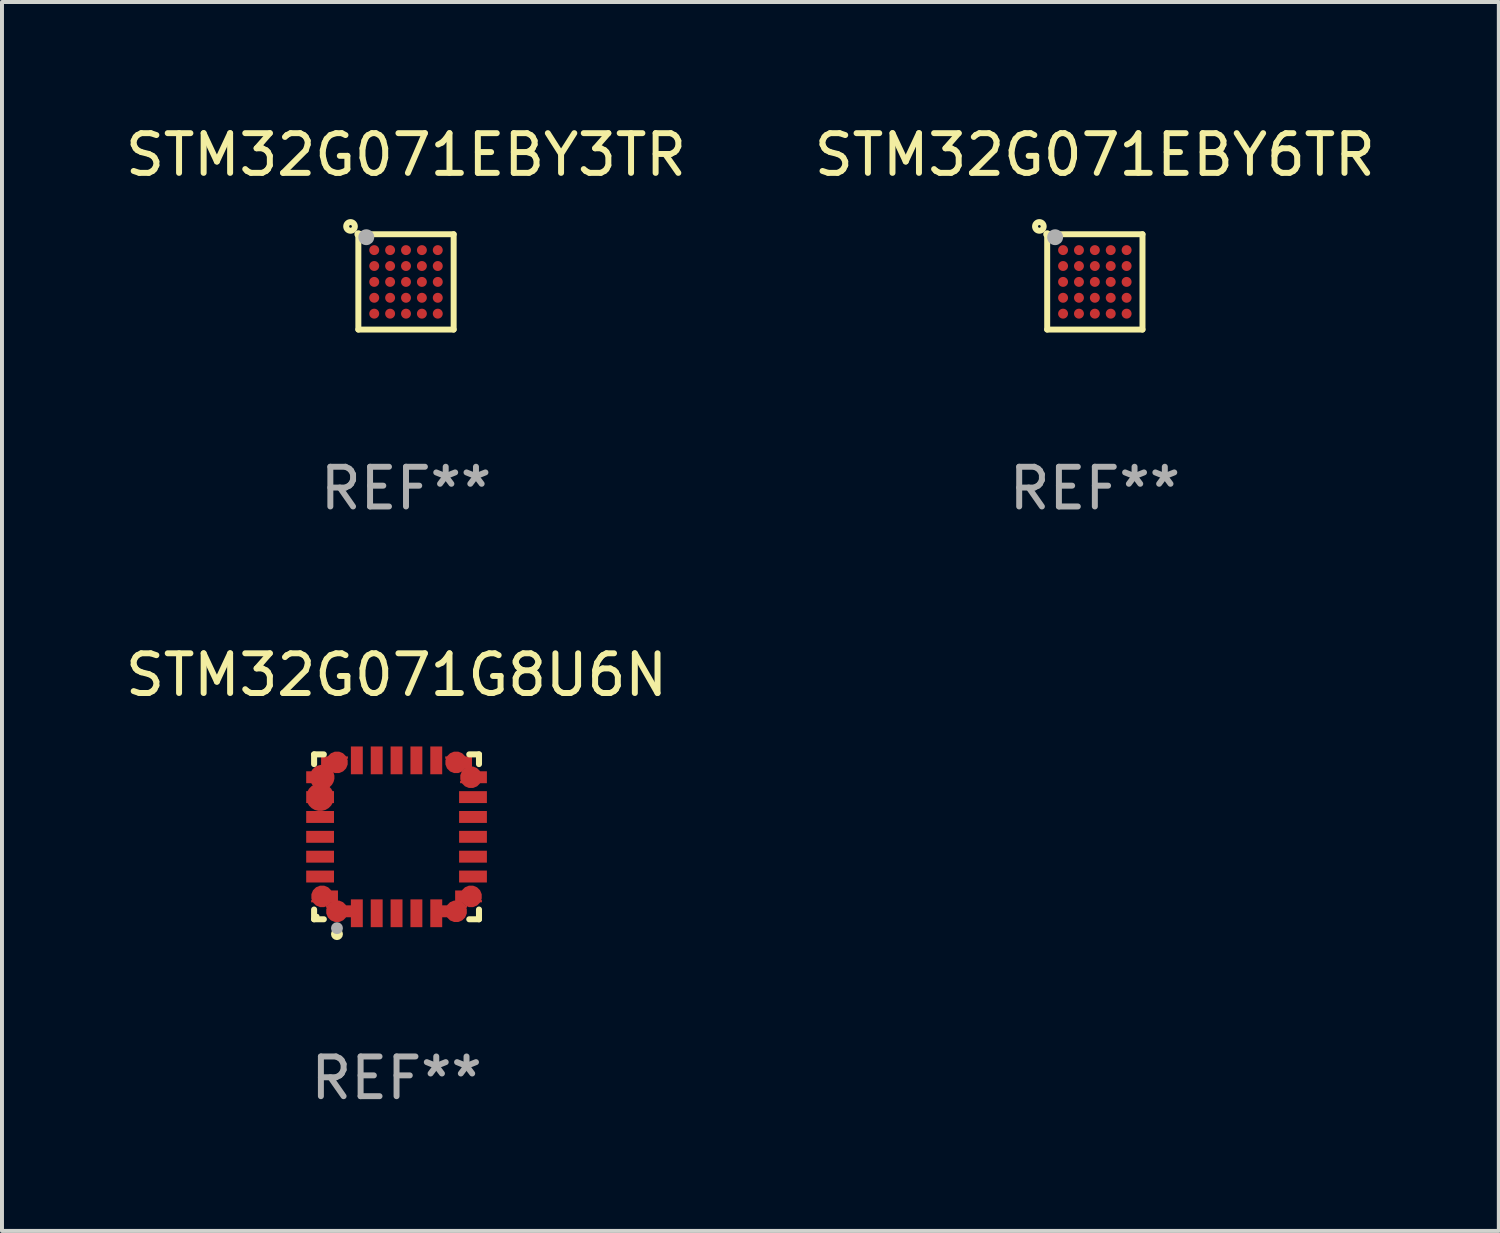
<source format=kicad_pcb>
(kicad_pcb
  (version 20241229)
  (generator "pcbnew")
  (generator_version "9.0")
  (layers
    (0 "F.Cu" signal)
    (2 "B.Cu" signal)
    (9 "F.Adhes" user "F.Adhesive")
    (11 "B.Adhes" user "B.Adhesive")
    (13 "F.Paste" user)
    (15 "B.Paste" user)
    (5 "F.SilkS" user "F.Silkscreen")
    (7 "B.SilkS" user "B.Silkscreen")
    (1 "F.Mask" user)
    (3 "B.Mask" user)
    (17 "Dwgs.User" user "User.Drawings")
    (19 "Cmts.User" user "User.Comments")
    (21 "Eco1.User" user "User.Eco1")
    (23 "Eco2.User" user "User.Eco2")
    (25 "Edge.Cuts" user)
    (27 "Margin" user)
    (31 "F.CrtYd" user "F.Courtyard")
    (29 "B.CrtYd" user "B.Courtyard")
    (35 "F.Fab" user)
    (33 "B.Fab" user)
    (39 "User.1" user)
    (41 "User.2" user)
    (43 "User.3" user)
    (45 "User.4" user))
  (footprint "STM32G071EBY3TR"
    (layer "F.Cu")
    (at 7.173 4.048)
    (property "Reference" "STM32G071EBY3TR" (at 0 -3.2 0) (layer "F.SilkS") (effects (font (size 1 1) (thickness 0.15))))
    (attr through_hole)
    (fp_line (start -1.2 -1.2) (end -1.2 1.2) (stroke (width 0.15) (type solid)) (layer "F.SilkS"))
    (fp_line (start -1.2 1.2) (end 1.2 1.2) (stroke (width 0.15) (type solid)) (layer "F.SilkS"))
    (fp_line (start 1.2 -1.2) (end -1.2 -1.2) (stroke (width 0.15) (type solid)) (layer "F.SilkS"))
    (fp_line (start 1.2 1.2) (end 1.2 -1.2) (stroke (width 0.15) (type solid)) (layer "F.SilkS"))
    (fp_circle (center -1.397 -1.397) (end -1.363 -1.397) (stroke (width 0.15) (type solid)) (fill no) (layer "F.SilkS"))
    (fp_circle (center -1.2 -1.2) (end -1.15 -1.2) (stroke (width 0.1) (type solid)) (fill no) (layer "F.SilkS"))
    (fp_circle (center -1 -1.125) (end -0.9 -1.125) (stroke (width 0.2) (type solid)) (fill no) (layer "F.Fab"))
    (fp_text user "REF**" (at 0 5.2 0) (layer "F.Fab") (effects (font (size 1 1) (thickness 0.15))))
    (pad "A1" smd circle (at -0.8 -0.8) (size 0.25 0.25) (layers "F.Cu" "F.Mask" "F.Paste"))
    (pad "A2" smd circle (at -0.4 -0.8) (size 0.25 0.25) (layers "F.Cu" "F.Mask" "F.Paste"))
    (pad "A3" smd circle (at 0.000102 -0.8) (size 0.25 0.25) (layers "F.Cu" "F.Mask" "F.Paste"))
    (pad "A4" smd circle (at 0.4 -0.8) (size 0.25 0.25) (layers "F.Cu" "F.Mask" "F.Paste"))
    (pad "A5" smd circle (at 0.8 -0.8) (size 0.25 0.25) (layers "F.Cu" "F.Mask" "F.Paste"))
    (pad "B1" smd circle (at -0.8 -0.4) (size 0.25 0.25) (layers "F.Cu" "F.Mask" "F.Paste"))
    (pad "B2" smd circle (at -0.4 -0.4) (size 0.25 0.25) (layers "F.Cu" "F.Mask" "F.Paste"))
    (pad "B3" smd circle (at 0.000102 -0.4) (size 0.25 0.25) (layers "F.Cu" "F.Mask" "F.Paste"))
    (pad "B4" smd circle (at 0.4 -0.4) (size 0.25 0.25) (layers "F.Cu" "F.Mask" "F.Paste"))
    (pad "B5" smd circle (at 0.8 -0.4) (size 0.25 0.25) (layers "F.Cu" "F.Mask" "F.Paste"))
    (pad "C1" smd circle (at -0.8 0.000102) (size 0.25 0.25) (layers "F.Cu" "F.Mask" "F.Paste"))
    (pad "C2" smd circle (at -0.4 0.000102) (size 0.25 0.25) (layers "F.Cu" "F.Mask" "F.Paste"))
    (pad "C3" smd circle (at 0.000102 0.000102) (size 0.25 0.25) (layers "F.Cu" "F.Mask" "F.Paste"))
    (pad "C4" smd circle (at 0.4 0.000102) (size 0.25 0.25) (layers "F.Cu" "F.Mask" "F.Paste"))
    (pad "C5" smd circle (at 0.8 0.000102) (size 0.25 0.25) (layers "F.Cu" "F.Mask" "F.Paste"))
    (pad "D1" smd circle (at -0.8 0.4) (size 0.25 0.25) (layers "F.Cu" "F.Mask" "F.Paste"))
    (pad "D2" smd circle (at -0.4 0.4) (size 0.25 0.25) (layers "F.Cu" "F.Mask" "F.Paste"))
    (pad "D3" smd circle (at 0.000102 0.4) (size 0.25 0.25) (layers "F.Cu" "F.Mask" "F.Paste"))
    (pad "D4" smd circle (at 0.4 0.4) (size 0.25 0.25) (layers "F.Cu" "F.Mask" "F.Paste"))
    (pad "D5" smd circle (at 0.8 0.4) (size 0.25 0.25) (layers "F.Cu" "F.Mask" "F.Paste"))
    (pad "E1" smd circle (at -0.8 0.8) (size 0.25 0.25) (layers "F.Cu" "F.Mask" "F.Paste"))
    (pad "E2" smd circle (at -0.4 0.8) (size 0.25 0.25) (layers "F.Cu" "F.Mask" "F.Paste"))
    (pad "E3" smd circle (at 0.000102 0.8) (size 0.25 0.25) (layers "F.Cu" "F.Mask" "F.Paste"))
    (pad "E4" smd circle (at 0.4 0.8) (size 0.25 0.25) (layers "F.Cu" "F.Mask" "F.Paste"))
    (pad "E5" smd circle (at 0.8 0.8) (size 0.25 0.25) (layers "F.Cu" "F.Mask" "F.Paste")))
  (footprint "STM32G071G8U6N"
    (layer "F.Cu")
    (at 6.935 18.021)
    (property "Reference" "STM32G071G8U6N" (at 0 -4.076 0) (layer "F.SilkS") (effects (font (size 1 1) (thickness 0.15))))
    (attr through_hole)
    (fp_line (start -2.076 -2.076) (end -1.831 -2.076) (stroke (width 0.152) (type solid)) (layer "F.SilkS"))
    (fp_line (start -2.076 -1.831) (end -2.076 -2.076) (stroke (width 0.152) (type solid)) (layer "F.SilkS"))
    (fp_line (start -2.076 1.831) (end -2.076 2.076) (stroke (width 0.152) (type solid)) (layer "F.SilkS"))
    (fp_line (start -2.076 2.076) (end -1.831 2.076) (stroke (width 0.152) (type solid)) (layer "F.SilkS"))
    (fp_line (start 2.076 -2.076) (end 1.831 -2.076) (stroke (width 0.152) (type solid)) (layer "F.SilkS"))
    (fp_line (start 2.076 -1.831) (end 2.076 -2.076) (stroke (width 0.152) (type solid)) (layer "F.SilkS"))
    (fp_line (start 2.076 1.831) (end 2.076 2.076) (stroke (width 0.152) (type solid)) (layer "F.SilkS"))
    (fp_line (start 2.076 2.076) (end 1.831 2.076) (stroke (width 0.152) (type solid)) (layer "F.SilkS"))
    (fp_circle (center -2 2) (end -1.97 2) (stroke (width 0.06) (type solid)) (fill no) (layer "F.SilkS"))
    (fp_circle (center -1.5 2.45) (end -1.425 2.45) (stroke (width 0.15) (type solid)) (fill no) (layer "F.SilkS"))
    (fp_circle (center -1.5 2.3) (end -1.425 2.3) (stroke (width 0.15) (type solid)) (fill no) (layer "F.Fab"))
    (fp_text user "REF**" (at 0 6.076 0) (layer "F.Fab") (effects (font (size 1 1) (thickness 0.15))))
    (pad "1" smd custom (at -1.5 1.875 90) (size 0.55 0.3) (layers "F.Cu" "F.Mask" "F.Paste") (options (anchor circle)) (primitives (gr_poly (pts (xy -0.15 -0.025) (xy -0.15 0.4) (xy 0.15 0.4) (xy 0.15 -0.275) (xy 0.1 -0.275)) (width 0) (fill yes))))
    (pad "2" smd rect (at -1 1.925) (size 0.3 0.7) (layers "F.Cu" "F.Mask" "F.Paste"))
    (pad "3" smd rect (at -0.5 1.925) (size 0.3 0.7) (layers "F.Cu" "F.Mask" "F.Paste"))
    (pad "4" smd rect (at 0 1.925) (size 0.3 0.7) (layers "F.Cu" "F.Mask" "F.Paste"))
    (pad "5" smd rect (at 0.5 1.925) (size 0.3 0.7) (layers "F.Cu" "F.Mask" "F.Paste"))
    (pad "6" smd rect (at 1 1.925) (size 0.3 0.7) (layers "F.Cu" "F.Mask" "F.Paste"))
    (pad "7" smd custom (at 1.5 1.875 270) (size 0.55 0.3) (layers "F.Cu" "F.Mask" "F.Paste") (options (anchor circle)) (primitives (gr_poly (pts (xy 0.15 -0.025) (xy 0.15 0.4) (xy -0.15 0.4) (xy -0.15 -0.275) (xy -0.1 -0.275)) (width 0) (fill yes))))
    (pad "8" smd custom (at 1.875 1.5 180) (size 0.55 0.3) (layers "F.Cu" "F.Mask" "F.Paste") (options (anchor circle)) (primitives (gr_poly (pts (xy -0.025 0.15) (xy 0.4 0.15) (xy 0.4 -0.15) (xy -0.275 -0.15) (xy -0.275 -0.1)) (width 0) (fill yes))))
    (pad "9" smd rect (at 1.925 1) (size 0.7 0.3) (layers "F.Cu" "F.Mask" "F.Paste"))
    (pad "10" smd rect (at 1.925 0.5) (size 0.7 0.3) (layers "F.Cu" "F.Mask" "F.Paste"))
    (pad "11" smd rect (at 1.925 0) (size 0.7 0.3) (layers "F.Cu" "F.Mask" "F.Paste"))
    (pad "12" smd rect (at 1.925 -0.5) (size 0.7 0.3) (layers "F.Cu" "F.Mask" "F.Paste"))
    (pad "13" smd rect (at 1.925 -1) (size 0.7 0.3) (layers "F.Cu" "F.Mask" "F.Paste"))
    (pad "14" smd custom (at 1.875 -1.5) (size 0.55 0.3) (layers "F.Cu" "F.Mask" "F.Paste") (options (anchor circle)) (primitives (gr_poly (pts (xy -0.025 -0.15) (xy 0.4 -0.15) (xy 0.4 0.15) (xy -0.275 0.15) (xy -0.275 0.1)) (width 0) (fill yes))))
    (pad "15" smd custom (at 1.5 -1.875 270) (size 0.55 0.3) (layers "F.Cu" "F.Mask" "F.Paste") (options (anchor circle)) (primitives (gr_poly (pts (xy 0.15 0.025) (xy 0.15 -0.4) (xy -0.15 -0.4) (xy -0.15 0.275) (xy -0.1 0.275)) (width 0) (fill yes))))
    (pad "16" smd rect (at 1 -1.925) (size 0.3 0.7) (layers "F.Cu" "F.Mask" "F.Paste"))
    (pad "17" smd rect (at 0.5 -1.925) (size 0.3 0.7) (layers "F.Cu" "F.Mask" "F.Paste"))
    (pad "18" smd rect (at 0 -1.925) (size 0.3 0.7) (layers "F.Cu" "F.Mask" "F.Paste"))
    (pad "19" smd rect (at -0.5 -1.925) (size 0.3 0.7) (layers "F.Cu" "F.Mask" "F.Paste"))
    (pad "20" smd rect (at -1 -1.925) (size 0.3 0.7) (layers "F.Cu" "F.Mask" "F.Paste"))
    (pad "21" smd custom (at -1.5 -1.875 90) (size 0.55 0.3) (layers "F.Cu" "F.Mask" "F.Paste") (options (anchor circle)) (primitives (gr_poly (pts (xy -0.15 0.025) (xy -0.15 -0.4) (xy 0.15 -0.4) (xy 0.15 0.275) (xy 0.1 0.275)) (width 0) (fill yes))))
    (pad "22" smd custom (at -1.875 -1.5) (size 0.625 0.3) (layers "F.Cu" "F.Mask" "F.Paste") (options (anchor circle)) (primitives (gr_poly (pts (xy 0.025 -0.15) (xy -0.4 -0.15) (xy -0.4 0.15) (xy 0.275 0.15) (xy 0.275 0.1)) (width 0) (fill yes))))
    (pad "23" smd custom (at -1.925 -1) (size 0.7 0.3) (layers "F.Cu" "F.Mask" "F.Paste") (options (anchor circle)) (primitives (gr_poly (pts (xy -0.35 -0.15) (xy 0.35 -0.15) (xy 0.35 0.15) (xy -0.35 0.15)) (width 0) (fill yes))))
    (pad "24" smd rect (at -1.925 -0.5) (size 0.7 0.3) (layers "F.Cu" "F.Mask" "F.Paste"))
    (pad "25" smd rect (at -1.925 0) (size 0.7 0.3) (layers "F.Cu" "F.Mask" "F.Paste"))
    (pad "26" smd rect (at -1.925 0.5) (size 0.7 0.3) (layers "F.Cu" "F.Mask" "F.Paste"))
    (pad "27" smd rect (at -1.925 1) (size 0.7 0.3) (layers "F.Cu" "F.Mask" "F.Paste"))
    (pad "28" smd custom (at -1.875 1.5 180) (size 0.55 0.3) (layers "F.Cu" "F.Mask" "F.Paste") (options (anchor circle)) (primitives (gr_poly (pts (xy 0.025 0.15) (xy -0.4 0.15) (xy -0.4 -0.15) (xy 0.275 -0.15) (xy 0.275 -0.1)) (width 0) (fill yes)))))
  (footprint "STM32G071EBY6TR"
    (layer "F.Cu")
    (at 24.518 4.048)
    (property "Reference" "STM32G071EBY6TR" (at 0 -3.2 0) (layer "F.SilkS") (effects (font (size 1 1) (thickness 0.15))))
    (attr through_hole)
    (fp_line (start -1.2 -1.2) (end -1.2 1.2) (stroke (width 0.15) (type solid)) (layer "F.SilkS"))
    (fp_line (start -1.2 1.2) (end 1.2 1.2) (stroke (width 0.15) (type solid)) (layer "F.SilkS"))
    (fp_line (start 1.2 -1.2) (end -1.2 -1.2) (stroke (width 0.15) (type solid)) (layer "F.SilkS"))
    (fp_line (start 1.2 1.2) (end 1.2 -1.2) (stroke (width 0.15) (type solid)) (layer "F.SilkS"))
    (fp_circle (center -1.397 -1.397) (end -1.363 -1.397) (stroke (width 0.15) (type solid)) (fill no) (layer "F.SilkS"))
    (fp_circle (center -1.2 -1.2) (end -1.15 -1.2) (stroke (width 0.1) (type solid)) (fill no) (layer "F.SilkS"))
    (fp_circle (center -1 -1.125) (end -0.9 -1.125) (stroke (width 0.2) (type solid)) (fill no) (layer "F.Fab"))
    (fp_text user "REF**" (at 0 5.2 0) (layer "F.Fab") (effects (font (size 1 1) (thickness 0.15))))
    (pad "A1" smd circle (at -0.8 -0.8) (size 0.25 0.25) (layers "F.Cu" "F.Mask" "F.Paste"))
    (pad "A2" smd circle (at -0.4 -0.8) (size 0.25 0.25) (layers "F.Cu" "F.Mask" "F.Paste"))
    (pad "A3" smd circle (at 0.000102 -0.8) (size 0.25 0.25) (layers "F.Cu" "F.Mask" "F.Paste"))
    (pad "A4" smd circle (at 0.4 -0.8) (size 0.25 0.25) (layers "F.Cu" "F.Mask" "F.Paste"))
    (pad "A5" smd circle (at 0.8 -0.8) (size 0.25 0.25) (layers "F.Cu" "F.Mask" "F.Paste"))
    (pad "B1" smd circle (at -0.8 -0.4) (size 0.25 0.25) (layers "F.Cu" "F.Mask" "F.Paste"))
    (pad "B2" smd circle (at -0.4 -0.4) (size 0.25 0.25) (layers "F.Cu" "F.Mask" "F.Paste"))
    (pad "B3" smd circle (at 0.000102 -0.4) (size 0.25 0.25) (layers "F.Cu" "F.Mask" "F.Paste"))
    (pad "B4" smd circle (at 0.4 -0.4) (size 0.25 0.25) (layers "F.Cu" "F.Mask" "F.Paste"))
    (pad "B5" smd circle (at 0.8 -0.4) (size 0.25 0.25) (layers "F.Cu" "F.Mask" "F.Paste"))
    (pad "C1" smd circle (at -0.8 0.000102) (size 0.25 0.25) (layers "F.Cu" "F.Mask" "F.Paste"))
    (pad "C2" smd circle (at -0.4 0.000102) (size 0.25 0.25) (layers "F.Cu" "F.Mask" "F.Paste"))
    (pad "C3" smd circle (at 0.000102 0.000102) (size 0.25 0.25) (layers "F.Cu" "F.Mask" "F.Paste"))
    (pad "C4" smd circle (at 0.4 0.000102) (size 0.25 0.25) (layers "F.Cu" "F.Mask" "F.Paste"))
    (pad "C5" smd circle (at 0.8 0.000102) (size 0.25 0.25) (layers "F.Cu" "F.Mask" "F.Paste"))
    (pad "D1" smd circle (at -0.8 0.4) (size 0.25 0.25) (layers "F.Cu" "F.Mask" "F.Paste"))
    (pad "D2" smd circle (at -0.4 0.4) (size 0.25 0.25) (layers "F.Cu" "F.Mask" "F.Paste"))
    (pad "D3" smd circle (at 0.000102 0.4) (size 0.25 0.25) (layers "F.Cu" "F.Mask" "F.Paste"))
    (pad "D4" smd circle (at 0.4 0.4) (size 0.25 0.25) (layers "F.Cu" "F.Mask" "F.Paste"))
    (pad "D5" smd circle (at 0.8 0.4) (size 0.25 0.25) (layers "F.Cu" "F.Mask" "F.Paste"))
    (pad "E1" smd circle (at -0.8 0.8) (size 0.25 0.25) (layers "F.Cu" "F.Mask" "F.Paste"))
    (pad "E2" smd circle (at -0.4 0.8) (size 0.25 0.25) (layers "F.Cu" "F.Mask" "F.Paste"))
    (pad "E3" smd circle (at 0.000102 0.8) (size 0.25 0.25) (layers "F.Cu" "F.Mask" "F.Paste"))
    (pad "E4" smd circle (at 0.4 0.8) (size 0.25 0.25) (layers "F.Cu" "F.Mask" "F.Paste"))
    (pad "E5" smd circle (at 0.8 0.8) (size 0.25 0.25) (layers "F.Cu" "F.Mask" "F.Paste")))
  (gr_rect
    (start -3 -3)
    (end 34.69 27.945)
    (stroke (width 0.1) (type default))
    (fill no)
    (layer "Edge.Cuts")))
</source>
